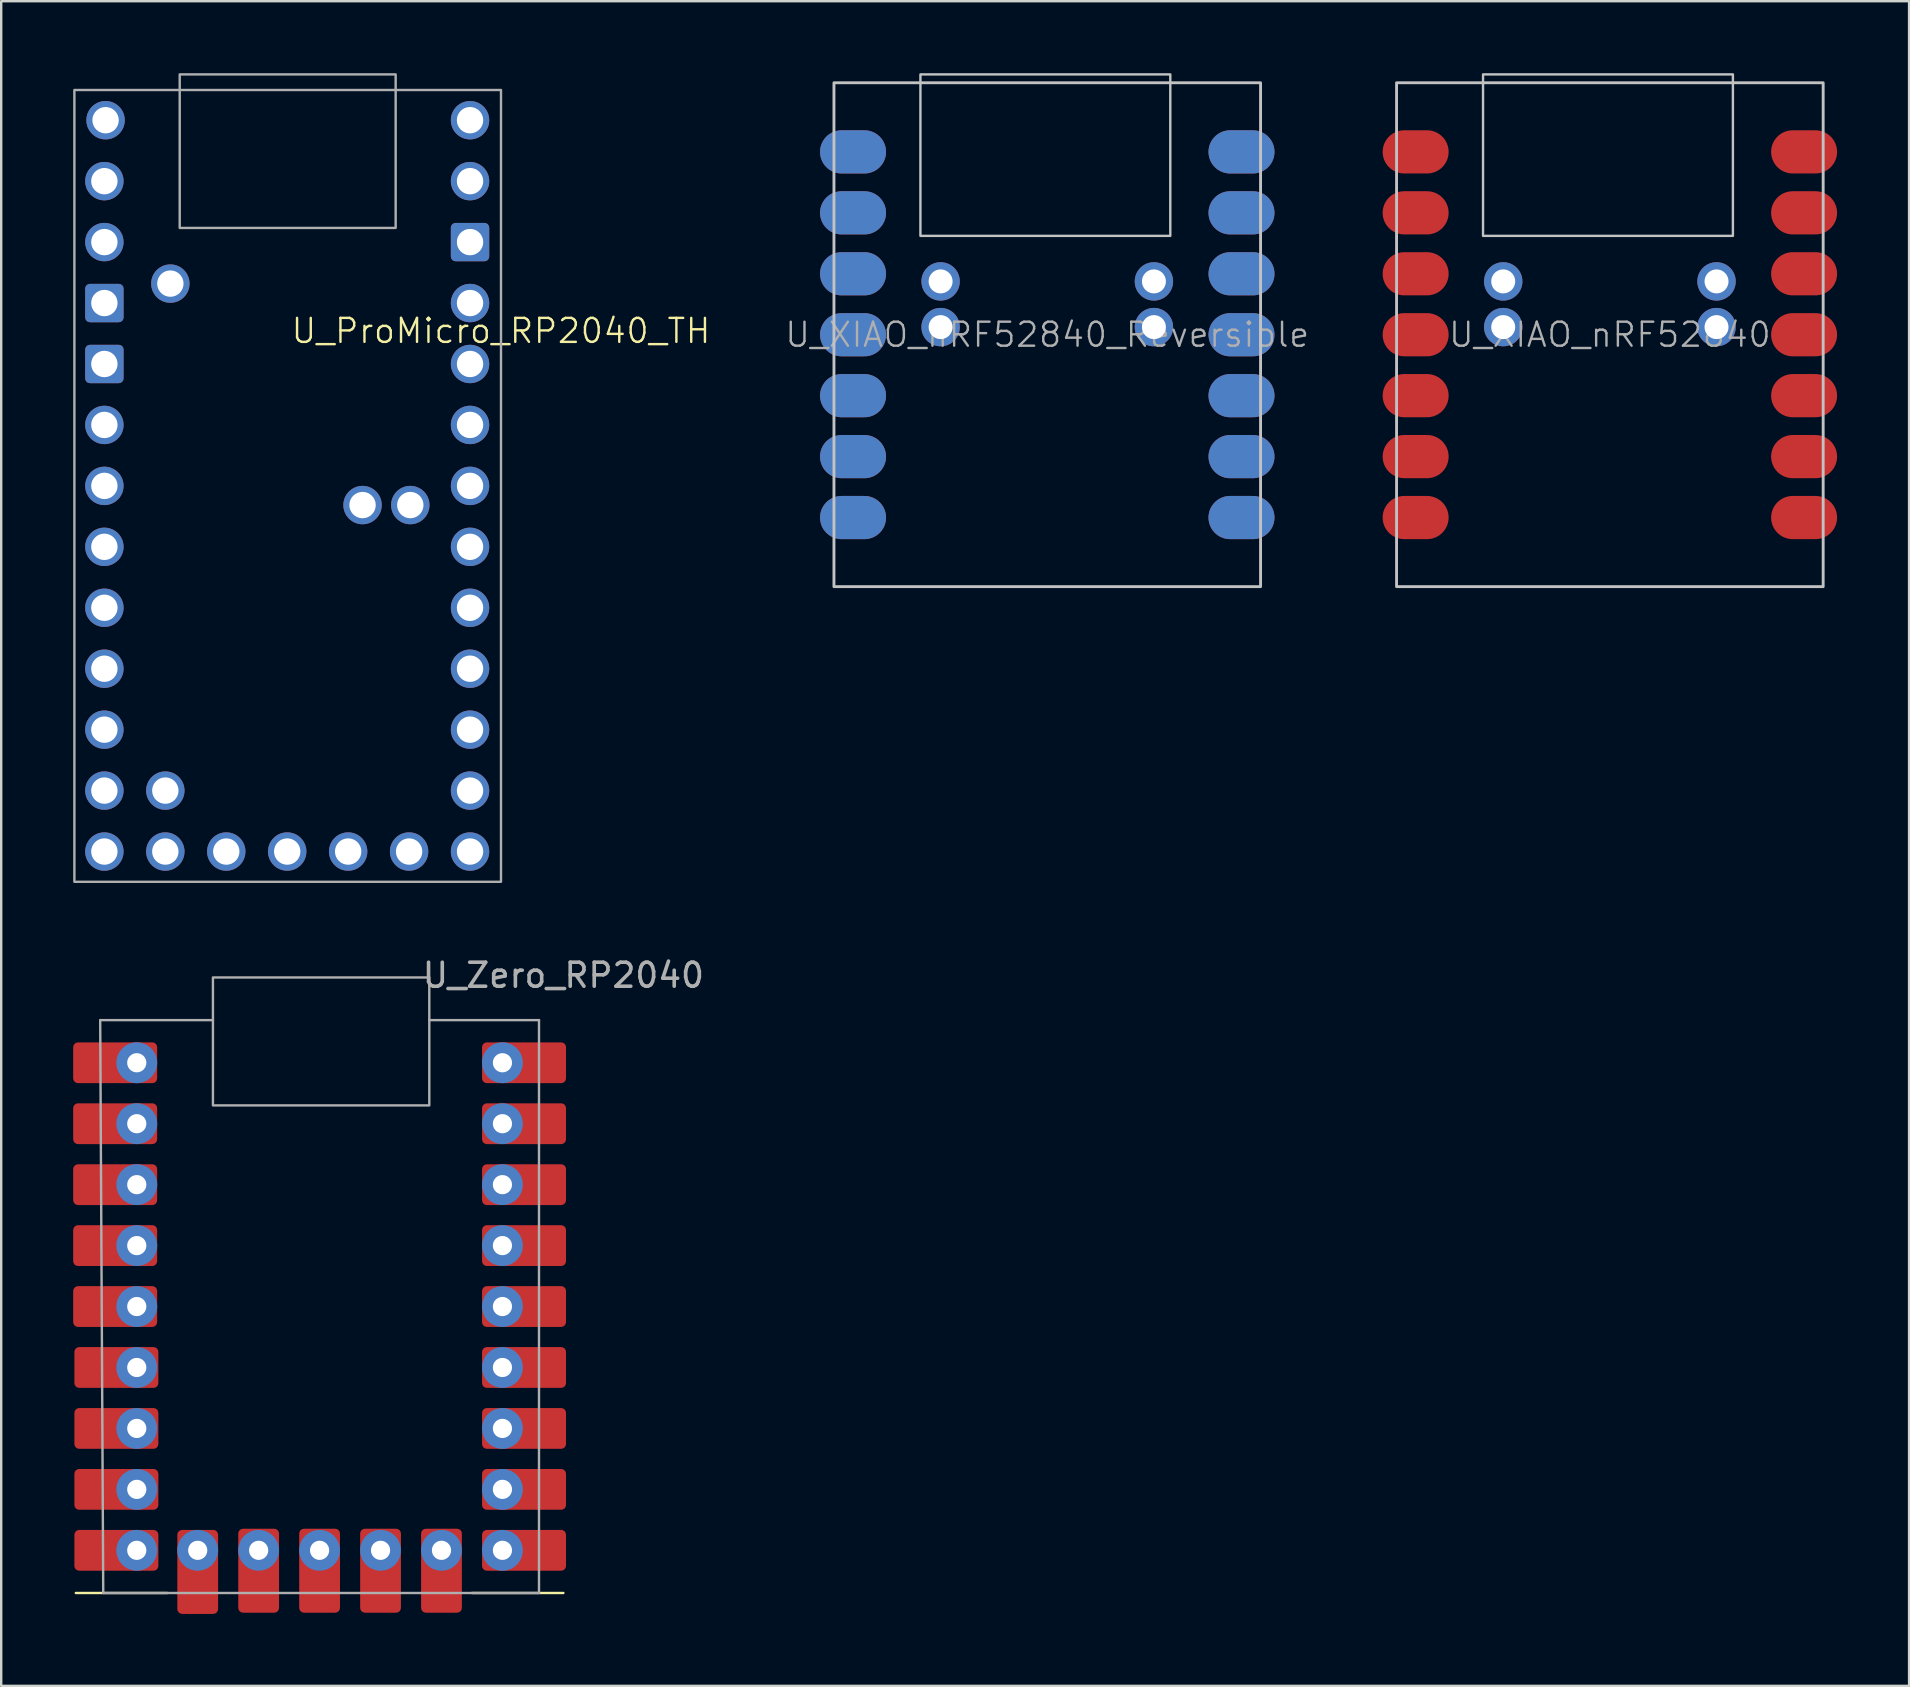
<source format=kicad_pcb>
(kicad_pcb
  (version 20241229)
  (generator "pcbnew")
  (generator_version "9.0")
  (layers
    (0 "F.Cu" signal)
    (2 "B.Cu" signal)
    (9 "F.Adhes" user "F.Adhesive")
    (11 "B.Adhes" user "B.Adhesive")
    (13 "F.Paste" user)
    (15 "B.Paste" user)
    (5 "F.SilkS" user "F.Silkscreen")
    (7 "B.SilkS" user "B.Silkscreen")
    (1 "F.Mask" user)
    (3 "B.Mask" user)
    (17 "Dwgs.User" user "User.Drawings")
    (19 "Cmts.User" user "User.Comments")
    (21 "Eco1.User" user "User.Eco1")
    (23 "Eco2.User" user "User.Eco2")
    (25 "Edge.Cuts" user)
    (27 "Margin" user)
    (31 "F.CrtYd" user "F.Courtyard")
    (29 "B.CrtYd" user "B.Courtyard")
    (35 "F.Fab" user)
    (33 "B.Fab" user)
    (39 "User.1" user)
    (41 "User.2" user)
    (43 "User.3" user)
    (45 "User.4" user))
  (footprint "U_Zero_RP2040"
    (layer "F.Cu")
    (at 10.27 50.925)
    (property "Reference" "U_Zero_RP2040" (at 10.16 -13.327 0) (unlocked yes) (layer "F.Fab") (effects (font (size 1 1) (thickness 0.15))))
    (attr through_hole)
    (fp_line (start -10.16 12.416) (end -6.35 12.416) (stroke (width 0.1) (type solid)) (layer "F.SilkS"))
    (fp_line (start 6.35 12.416) (end 10.16 12.416) (stroke (width 0.1) (type solid)) (layer "F.SilkS"))
    (fp_line (start -9.144 -11.46) (end -4.445 -11.46) (stroke (width 0.1) (type default)) (layer "F.Fab"))
    (fp_line (start -9.017 12.416) (end -9.144 -11.46) (stroke (width 0.1) (type default)) (layer "F.Fab"))
    (fp_line (start 4.572 -11.46) (end 9.144 -11.46) (stroke (width 0.1) (type default)) (layer "F.Fab"))
    (fp_line (start 9.144 -11.46) (end 9.144 12.416) (stroke (width 0.1) (type default)) (layer "F.Fab"))
    (fp_line (start 9.144 12.416) (end -9.017 12.416) (stroke (width 0.1) (type default)) (layer "F.Fab"))
    (fp_rect (start -4.445 -13.238) (end 4.572 -7.904) (stroke (width 0.1) (type default)) (fill no) (layer "F.Fab"))
    (pad "1" smd roundrect (at -8.52 -9.682) (size 3.5 1.7) (layers "F.Cu" "F.Mask") (roundrect_rratio 0.118))
    (pad "1" thru_hole circle (at -7.62 -9.682) (size 1.7 1.7) (drill 0.8) (layers "*.Cu" "*.Mask"))
    (pad "2" smd roundrect (at -8.52 -7.142) (size 3.5 1.7) (layers "F.Cu" "F.Mask") (roundrect_rratio 0.118))
    (pad "2" thru_hole circle (at -7.62 -7.142) (size 1.7 1.7) (drill 0.8) (layers "*.Cu" "*.Mask"))
    (pad "3" smd roundrect (at -8.52 -4.602) (size 3.5 1.7) (layers "F.Cu" "F.Mask") (roundrect_rratio 0.118))
    (pad "3" thru_hole circle (at -7.62 -4.602) (size 1.7 1.7) (drill 0.8) (layers "*.Cu" "*.Mask"))
    (pad "4" smd roundrect (at -8.52 -2.062) (size 3.5 1.7) (layers "F.Cu" "F.Mask") (roundrect_rratio 0.118))
    (pad "4" thru_hole circle (at -7.62 -2.062) (size 1.7 1.7) (drill 0.8) (layers "*.Cu" "*.Mask"))
    (pad "5" smd roundrect (at -8.52 0.478) (size 3.5 1.7) (layers "F.Cu" "F.Mask") (roundrect_rratio 0.118))
    (pad "5" thru_hole circle (at -7.62 0.478) (size 1.7 1.7) (drill 0.8) (layers "*.Cu" "*.Mask"))
    (pad "6" smd roundrect (at -8.47 3.018) (size 3.5 1.7) (layers "F.Cu" "F.Mask") (roundrect_rratio 0.118))
    (pad "6" thru_hole circle (at -7.62 3.018) (size 1.7 1.7) (drill 0.8) (layers "*.Cu" "*.Mask"))
    (pad "7" smd roundrect (at -8.47 5.558) (size 3.5 1.7) (layers "F.Cu" "F.Mask") (roundrect_rratio 0.118))
    (pad "7" thru_hole circle (at -7.62 5.558) (size 1.7 1.7) (drill 0.8) (layers "*.Cu" "*.Mask"))
    (pad "8" smd roundrect (at -8.47 8.098) (size 3.5 1.7) (layers "F.Cu" "F.Mask") (roundrect_rratio 0.118))
    (pad "8" thru_hole circle (at -7.62 8.098) (size 1.7 1.7) (drill 0.8) (layers "*.Cu" "*.Mask"))
    (pad "9" smd roundrect (at -8.47 10.638) (size 3.5 1.7) (layers "F.Cu" "F.Mask") (roundrect_rratio 0.118))
    (pad "9" thru_hole circle (at -7.62 10.638) (size 1.7 1.7) (drill 0.8) (layers "*.Cu" "*.Mask"))
    (pad "10" thru_hole circle (at 7.62 -9.682) (size 1.7 1.7) (drill 0.8) (layers "*.Cu" "*.Mask"))
    (pad "10" smd roundrect (at 8.52 -9.682) (size 3.5 1.7) (layers "F.Cu" "F.Mask") (roundrect_rratio 0.118))
    (pad "11" thru_hole circle (at 7.62 -7.142) (size 1.7 1.7) (drill 0.8) (layers "*.Cu" "*.Mask"))
    (pad "11" smd roundrect (at 8.52 -7.142) (size 3.5 1.7) (layers "F.Cu" "F.Mask") (roundrect_rratio 0.118))
    (pad "12" thru_hole circle (at 7.62 -4.602) (size 1.7 1.7) (drill 0.8) (layers "*.Cu" "*.Mask"))
    (pad "12" smd roundrect (at 8.52 -4.602) (size 3.5 1.7) (layers "F.Cu" "F.Mask") (roundrect_rratio 0.118))
    (pad "13" thru_hole circle (at 7.62 -2.062) (size 1.7 1.7) (drill 0.8) (layers "*.Cu" "*.Mask"))
    (pad "13" smd roundrect (at 8.52 -2.062) (size 3.5 1.7) (layers "F.Cu" "F.Mask") (roundrect_rratio 0.118))
    (pad "14" thru_hole circle (at 7.62 0.478) (size 1.7 1.7) (drill 0.8) (layers "*.Cu" "*.Mask"))
    (pad "14" smd roundrect (at 8.52 0.478) (size 3.5 1.7) (layers "F.Cu" "F.Mask") (roundrect_rratio 0.118))
    (pad "15" thru_hole circle (at 7.62 3.018) (size 1.7 1.7) (drill 0.8) (layers "*.Cu" "*.Mask"))
    (pad "15" smd roundrect (at 8.52 3.018) (size 3.5 1.7) (layers "F.Cu" "F.Mask") (roundrect_rratio 0.118))
    (pad "16" thru_hole circle (at 7.62 5.558) (size 1.7 1.7) (drill 0.8) (layers "*.Cu" "*.Mask"))
    (pad "16" smd roundrect (at 8.52 5.558) (size 3.5 1.7) (layers "F.Cu" "F.Mask") (roundrect_rratio 0.118))
    (pad "17" thru_hole circle (at 7.62 8.098) (size 1.7 1.7) (drill 0.8) (layers "*.Cu" "*.Mask"))
    (pad "17" smd roundrect (at 8.52 8.098) (size 3.5 1.7) (layers "F.Cu" "F.Mask") (roundrect_rratio 0.118))
    (pad "18" thru_hole circle (at 7.62 10.638) (size 1.7 1.7) (drill 0.8) (layers "*.Cu" "*.Mask"))
    (pad "18" smd roundrect (at 8.52 10.638) (size 3.5 1.7) (layers "F.Cu" "F.Mask") (roundrect_rratio 0.118))
    (pad "19" thru_hole circle (at -5.08 10.638) (size 1.7 1.7) (drill 0.8) (layers "*.Cu" "*.Mask"))
    (pad "19" smd roundrect (at -5.08 11.538 90) (size 3.5 1.7) (layers "F.Cu" "F.Mask") (roundrect_rratio 0.118))
    (pad "20" thru_hole circle (at -2.54 10.638) (size 1.7 1.7) (drill 0.8) (layers "*.Cu" "*.Mask"))
    (pad "20" smd roundrect (at -2.54 11.488 90) (size 3.5 1.7) (layers "F.Cu" "F.Mask") (roundrect_rratio 0.118))
    (pad "21" thru_hole circle (at 0 10.638) (size 1.7 1.7) (drill 0.8) (layers "*.Cu" "*.Mask"))
    (pad "21" smd roundrect (at 0 11.488 90) (size 3.5 1.7) (layers "F.Cu" "F.Mask") (roundrect_rratio 0.118))
    (pad "22" thru_hole circle (at 2.54 10.638) (size 1.7 1.7) (drill 0.8) (layers "*.Cu" "*.Mask"))
    (pad "22" smd roundrect (at 2.54 11.488 90) (size 3.5 1.7) (layers "F.Cu" "F.Mask") (roundrect_rratio 0.118))
    (pad "23" thru_hole circle (at 5.08 10.638) (size 1.7 1.7) (drill 0.8) (layers "*.Cu" "*.Mask"))
    (pad "23" smd roundrect (at 5.08 11.488 90) (size 3.5 1.7) (layers "F.Cu" "F.Mask") (roundrect_rratio 0.118)))
  (footprint "U_XIAO_nRF52840_Reversible"
    (layer "F.Cu")
    (at 40.597 0.4)
    (property "Reference" "U_XIAO_nRF52840_Reversible" (at 0 10.5 0) (unlocked yes) (layer "F.Fab") (effects (font (size 1 1) (thickness 0.1))))
    (attr smd)
    (fp_rect (start -8.89 21) (end 8.89 0) (stroke (width 0.12) (type solid)) (fill no) (layer "Dwgs.User"))
    (fp_rect (start -5.286 -0.35) (end 5.128 6.381) (stroke (width 0.1) (type default)) (fill no) (layer "Dwgs.User"))
    (pad "1" smd oval (at -8.57 2.88 180) (size 2.75 1.8) (drill (offset -0.475 0)) (layers "F.Cu" "F.Mask" "F.Paste"))
    (pad "1" smd oval (at 8.57 2.88 180) (size 2.75 1.8) (drill (offset 0.475 0)) (layers "B.Cu" "B.Mask" "B.Paste"))
    (pad "2" smd oval (at -8.57 5.42 180) (size 2.75 1.8) (drill (offset -0.475 0)) (layers "F.Cu" "F.Mask" "F.Paste"))
    (pad "2" smd oval (at 8.57 5.42 180) (size 2.75 1.8) (drill (offset 0.475 0)) (layers "B.Cu" "B.Mask" "B.Paste"))
    (pad "3" smd oval (at -8.57 7.96 180) (size 2.75 1.8) (drill (offset -0.475 0)) (layers "F.Cu" "F.Mask" "F.Paste"))
    (pad "3" smd oval (at 8.57 7.96 180) (size 2.75 1.8) (drill (offset 0.475 0)) (layers "B.Cu" "B.Mask" "B.Paste"))
    (pad "4" smd oval (at -8.57 10.5 180) (size 2.75 1.8) (drill (offset -0.475 0)) (layers "F.Cu" "F.Mask" "F.Paste"))
    (pad "4" smd oval (at 8.57 10.5 180) (size 2.75 1.8) (drill (offset 0.475 0)) (layers "B.Cu" "B.Mask" "B.Paste"))
    (pad "5" smd oval (at -8.57 13.04 180) (size 2.75 1.8) (drill (offset -0.475 0)) (layers "F.Cu" "F.Mask" "F.Paste"))
    (pad "5" smd oval (at 8.57 13.04 180) (size 2.75 1.8) (drill (offset 0.475 0)) (layers "B.Cu" "B.Mask" "B.Paste"))
    (pad "6" smd oval (at -8.57 15.58 180) (size 2.75 1.8) (drill (offset -0.475 0)) (layers "F.Cu" "F.Mask" "F.Paste"))
    (pad "6" smd oval (at 8.57 15.58 180) (size 2.75 1.8) (drill (offset 0.475 0)) (layers "B.Cu" "B.Mask" "B.Paste"))
    (pad "7" smd oval (at -8.57 18.12 180) (size 2.75 1.8) (drill (offset -0.475 0)) (layers "F.Cu" "F.Mask" "F.Paste"))
    (pad "7" smd oval (at 8.57 18.12 180) (size 2.75 1.8) (drill (offset 0.475 0)) (layers "B.Cu" "B.Mask" "B.Paste"))
    (pad "8" smd oval (at -8.57 18.12) (size 2.75 1.8) (drill (offset 0.475 0)) (layers "B.Cu" "B.Mask" "B.Paste"))
    (pad "8" smd oval (at 8.57 18.12) (size 2.75 1.8) (drill (offset -0.475 0)) (layers "F.Cu" "F.Mask" "F.Paste"))
    (pad "9" smd oval (at -8.57 15.58) (size 2.75 1.8) (drill (offset 0.475 0)) (layers "B.Cu" "B.Mask" "B.Paste"))
    (pad "9" smd oval (at 8.57 15.58) (size 2.75 1.8) (drill (offset -0.475 0)) (layers "F.Cu" "F.Mask" "F.Paste"))
    (pad "10" smd oval (at -8.57 13.04) (size 2.75 1.8) (drill (offset 0.475 0)) (layers "B.Cu" "B.Mask" "B.Paste"))
    (pad "10" smd oval (at 8.57 13.04) (size 2.75 1.8) (drill (offset -0.475 0)) (layers "F.Cu" "F.Mask" "F.Paste"))
    (pad "11" smd oval (at -8.57 10.5) (size 2.75 1.8) (drill (offset 0.475 0)) (layers "B.Cu" "B.Mask" "B.Paste"))
    (pad "11" smd oval (at 8.57 10.5) (size 2.75 1.8) (drill (offset -0.475 0)) (layers "F.Cu" "F.Mask" "F.Paste"))
    (pad "12" smd oval (at -8.57 7.96) (size 2.75 1.8) (drill (offset 0.475 0)) (layers "B.Cu" "B.Mask" "B.Paste"))
    (pad "12" smd oval (at 8.57 7.96) (size 2.75 1.8) (drill (offset -0.475 0)) (layers "F.Cu" "F.Mask" "F.Paste"))
    (pad "13" smd oval (at -8.57 5.42) (size 2.75 1.8) (drill (offset 0.475 0)) (layers "B.Cu" "B.Mask" "B.Paste"))
    (pad "13" smd oval (at 8.57 5.42) (size 2.75 1.8) (drill (offset -0.475 0)) (layers "F.Cu" "F.Mask" "F.Paste"))
    (pad "14" smd oval (at -8.57 2.88) (size 2.75 1.8) (drill (offset 0.475 0)) (layers "B.Cu" "B.Mask" "B.Paste"))
    (pad "14" smd oval (at 8.57 2.88) (size 2.75 1.8) (drill (offset -0.475 0)) (layers "F.Cu" "F.Mask" "F.Paste"))
    (pad "19" thru_hole circle (at -4.445 10.183 180) (size 1.6 1.6) (drill 1) (layers "*.Cu" "*.Mask"))
    (pad "19" thru_hole circle (at 4.445 10.183 180) (size 1.6 1.6) (drill 1) (layers "*.Cu" "*.Mask"))
    (pad "20" thru_hole circle (at -4.445 8.278 180) (size 1.6 1.6) (drill 1) (layers "*.Cu" "*.Mask"))
    (pad "20" thru_hole circle (at 4.445 8.278 180) (size 1.6 1.6) (drill 1) (layers "*.Cu" "*.Mask")))
  (footprint "U_XIAO_nRF52840"
    (layer "F.Cu")
    (at 64.045 0.4)
    (property "Reference" "U_XIAO_nRF52840" (at 0 10.5 0) (unlocked yes) (layer "F.Fab") (effects (font (size 1 1) (thickness 0.1))))
    (attr smd)
    (fp_rect (start -8.89 21) (end 8.89 0) (stroke (width 0.12) (type solid)) (fill no) (layer "Dwgs.User"))
    (fp_rect (start -5.286 -0.35) (end 5.128 6.381) (stroke (width 0.1) (type default)) (fill no) (layer "Dwgs.User"))
    (pad "1" smd oval (at -8.57 2.88 180) (size 2.75 1.8) (drill (offset -0.475 0)) (layers "F.Cu" "F.Mask" "F.Paste"))
    (pad "2" smd oval (at -8.57 5.42 180) (size 2.75 1.8) (drill (offset -0.475 0)) (layers "F.Cu" "F.Mask" "F.Paste"))
    (pad "3" smd oval (at -8.57 7.96 180) (size 2.75 1.8) (drill (offset -0.475 0)) (layers "F.Cu" "F.Mask" "F.Paste"))
    (pad "4" smd oval (at -8.57 10.5 180) (size 2.75 1.8) (drill (offset -0.475 0)) (layers "F.Cu" "F.Mask" "F.Paste"))
    (pad "5" smd oval (at -8.57 13.04 180) (size 2.75 1.8) (drill (offset -0.475 0)) (layers "F.Cu" "F.Mask" "F.Paste"))
    (pad "6" smd oval (at -8.57 15.58 180) (size 2.75 1.8) (drill (offset -0.475 0)) (layers "F.Cu" "F.Mask" "F.Paste"))
    (pad "7" smd oval (at -8.57 18.12 180) (size 2.75 1.8) (drill (offset -0.475 0)) (layers "F.Cu" "F.Mask" "F.Paste"))
    (pad "8" smd oval (at 8.57 18.12) (size 2.75 1.8) (drill (offset -0.475 0)) (layers "F.Cu" "F.Mask" "F.Paste"))
    (pad "9" smd oval (at 8.57 15.58) (size 2.75 1.8) (drill (offset -0.475 0)) (layers "F.Cu" "F.Mask" "F.Paste"))
    (pad "10" smd oval (at 8.57 13.04) (size 2.75 1.8) (drill (offset -0.475 0)) (layers "F.Cu" "F.Mask" "F.Paste"))
    (pad "11" smd oval (at 8.57 10.5) (size 2.75 1.8) (drill (offset -0.475 0)) (layers "F.Cu" "F.Mask" "F.Paste"))
    (pad "12" smd oval (at 8.57 7.96) (size 2.75 1.8) (drill (offset -0.475 0)) (layers "F.Cu" "F.Mask" "F.Paste"))
    (pad "13" smd oval (at 8.57 5.42) (size 2.75 1.8) (drill (offset -0.475 0)) (layers "F.Cu" "F.Mask" "F.Paste"))
    (pad "14" smd oval (at 8.57 2.88) (size 2.75 1.8) (drill (offset -0.475 0)) (layers "F.Cu" "F.Mask" "F.Paste"))
    (pad "19" thru_hole circle (at -4.445 10.183 180) (size 1.6 1.6) (drill 1) (layers "*.Cu" "*.Mask"))
    (pad "19" thru_hole circle (at 4.445 10.183 180) (size 1.6 1.6) (drill 1) (layers "*.Cu" "*.Mask"))
    (pad "20" thru_hole circle (at -4.445 8.278 180) (size 1.6 1.6) (drill 1) (layers "*.Cu" "*.Mask"))
    (pad "20" thru_hole circle (at 4.445 8.278 180) (size 1.6 1.6) (drill 1) (layers "*.Cu" "*.Mask")))
  (footprint "U_ProMicro_RP2040_TH"
    (layer "F.Cu")
    (at 8.94 17.2)
    (property "Reference" "U_ProMicro_RP2040_TH" (at 8.89 -6.46 0) (unlocked yes) (layer "F.SilkS") (effects (font (size 1 1) (thickness 0.1))))
    (attr through_hole)
    (fp_rect (start -8.89 16.5) (end 8.89 -16.5) (stroke (width 0.1) (type solid)) (fill no) (layer "F.Fab"))
    (fp_rect (start -4.5 -10.75) (end 4.5 -17.15) (stroke (width 0.1) (type solid)) (fill no) (layer "F.Fab"))
    (pad "0" thru_hole circle (at -7.64 -12.7) (size 1.6 1.6) (drill 1.1) (layers "*.Cu" "*.Mask"))
    (pad "1" thru_hole circle (at -7.64 -10.16) (size 1.6 1.6) (drill 1.1) (layers "*.Cu" "*.Mask"))
    (pad "2" thru_hole circle (at -7.64 -2.54) (size 1.6 1.6) (drill 1.1) (layers "*.Cu" "*.Mask"))
    (pad "3" thru_hole circle (at -7.64 0) (size 1.6 1.6) (drill 1.1) (layers "*.Cu" "*.Mask"))
    (pad "3V3" thru_hole circle (at 7.6 -5.08) (size 1.6 1.6) (drill 1.1) (layers "*.Cu" "*.Mask"))
    (pad "4" thru_hole circle (at -7.64 2.54) (size 1.6 1.6) (drill 1.1) (layers "*.Cu" "*.Mask"))
    (pad "5" thru_hole circle (at -7.64 5.08) (size 1.6 1.6) (drill 1.1) (layers "*.Cu" "*.Mask"))
    (pad "5V" thru_hole circle (at 7.6 -12.7) (size 1.6 1.6) (drill 1.1) (layers "*.Cu" "*.Mask"))
    (pad "6" thru_hole circle (at -7.64 7.62) (size 1.6 1.6) (drill 1.1) (layers "*.Cu" "*.Mask"))
    (pad "7" thru_hole circle (at -7.64 10.16) (size 1.6 1.6) (drill 1.1) (layers "*.Cu" "*.Mask"))
    (pad "8" thru_hole circle (at -7.64 12.7) (size 1.6 1.6) (drill 1.1) (layers "*.Cu" "*.Mask"))
    (pad "9" thru_hole circle (at -7.64 15.24) (size 1.6 1.6) (drill 1.1) (layers "*.Cu" "*.Mask"))
    (pad "10" thru_hole circle (at -7.59 -15.24) (size 1.6 1.6) (drill 1.1) (layers "*.Cu" "*.Mask"))
    (pad "11" thru_hole circle (at 7.6 -15.24) (size 1.6 1.6) (drill 1.1) (layers "*.Cu" "*.Mask"))
    (pad "12" thru_hole circle (at -5.1 15.24) (size 1.6 1.6) (drill 1.1) (layers "*.Cu" "*.Mask"))
    (pad "13" thru_hole circle (at -2.56 15.24) (size 1.6 1.6) (drill 1.1) (layers "*.Cu" "*.Mask"))
    (pad "14" thru_hole circle (at -0.02 15.24) (size 1.6 1.6) (drill 1.1) (layers "*.Cu" "*.Mask"))
    (pad "15" thru_hole circle (at 2.52 15.24) (size 1.6 1.6) (drill 1.1) (layers "*.Cu" "*.Mask"))
    (pad "16" thru_hole circle (at 5.06 15.24) (size 1.6 1.6) (drill 1.1) (layers "*.Cu" "*.Mask"))
    (pad "18" thru_hole circle (at 3.12 0.8) (size 1.6 1.6) (drill 1.1) (layers "*.Cu" "*.Mask"))
    (pad "20" thru_hole circle (at 7.6 10.16) (size 1.6 1.6) (drill 1.1) (layers "*.Cu" "*.Mask"))
    (pad "21" thru_hole circle (at 7.6 15.24) (size 1.6 1.6) (drill 1.1) (layers "*.Cu" "*.Mask"))
    (pad "22" thru_hole circle (at 7.6 7.62) (size 1.6 1.6) (drill 1.1) (layers "*.Cu" "*.Mask"))
    (pad "23" thru_hole circle (at 7.6 12.7) (size 1.6 1.6) (drill 1.1) (layers "*.Cu" "*.Mask"))
    (pad "24" thru_hole circle (at 5.11 0.8) (size 1.6 1.6) (drill 1.1) (layers "*.Cu" "*.Mask"))
    (pad "25" thru_hole circle (at -5.1 12.7) (size 1.6 1.6) (drill 1.1) (layers "*.Cu" "*.Mask"))
    (pad "26" thru_hole circle (at 7.6 5.08) (size 1.6 1.6) (drill 1.1) (layers "*.Cu" "*.Mask"))
    (pad "27" thru_hole circle (at 7.6 2.54) (size 1.6 1.6) (drill 1.1) (layers "*.Cu" "*.Mask"))
    (pad "28" thru_hole circle (at 7.6 0) (size 1.6 1.6) (drill 1.1) (layers "*.Cu" "*.Mask"))
    (pad "29" thru_hole circle (at 7.6 -2.54) (size 1.6 1.6) (drill 1.1) (layers "*.Cu" "*.Mask"))
    (pad "BOOT" thru_hole circle (at -4.89 -8.43) (size 1.6 1.6) (drill 1.1) (layers "*.Cu" "*.Mask"))
    (pad "GND" thru_hole roundrect (at -7.64 -7.62) (size 1.6 1.6) (drill 1.1) (layers "*.Cu" "*.Mask") (roundrect_rratio 0.125))
    (pad "GND" thru_hole roundrect (at -7.64 -5.08) (size 1.6 1.6) (drill 1.1) (layers "*.Cu" "*.Mask") (roundrect_rratio 0.125))
    (pad "GND" thru_hole roundrect (at 7.6 -10.16) (size 1.6 1.6) (drill 1.1) (layers "*.Cu" "*.Mask") (roundrect_rratio 0.125))
    (pad "RST" thru_hole circle (at 7.6 -7.62) (size 1.6 1.6) (drill 1.1) (layers "*.Cu" "*.Mask")))
  (gr_rect
    (start -3 -3)
    (end 76.515 67.213)
    (stroke (width 0.1) (type default))
    (fill no)
    (layer "Edge.Cuts")))
</source>
